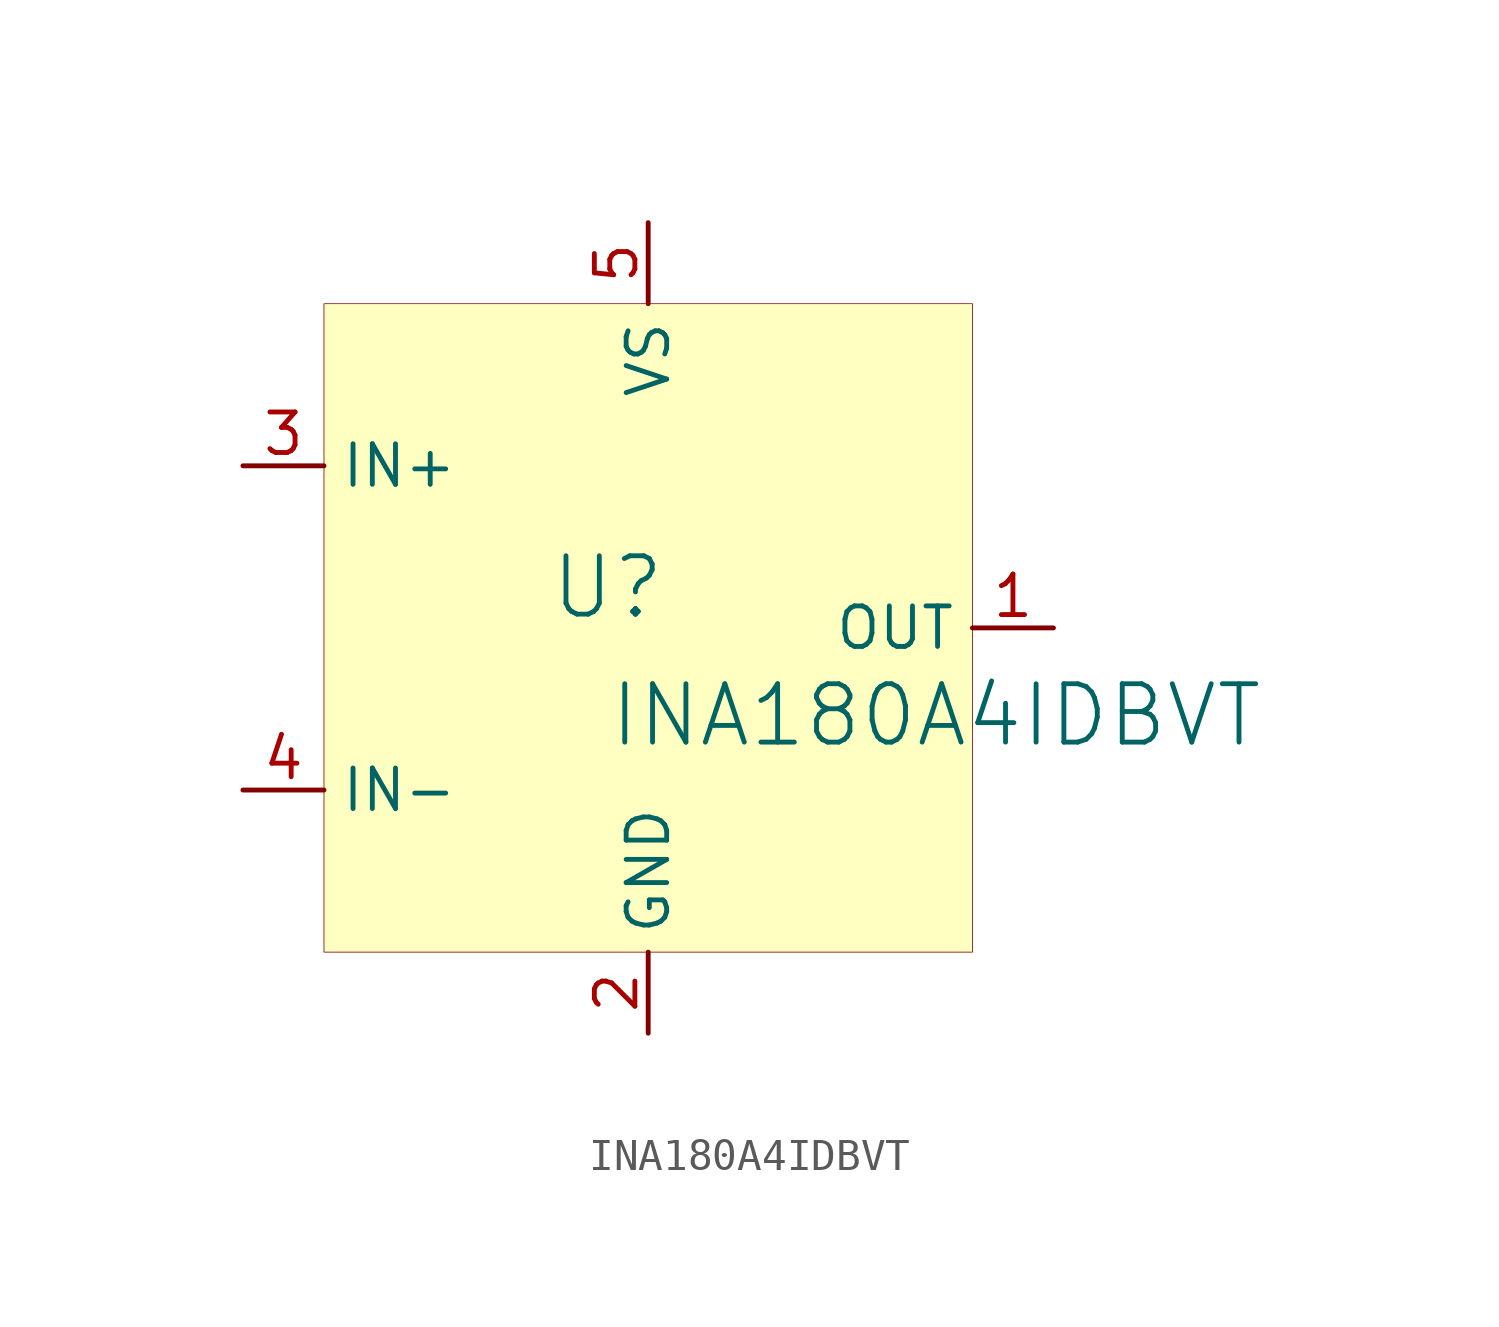
<source format=kicad_sym>
(kicad_symbol_lib
  (version 20231120)
  (generator "kicad_symbol_editor")
  (generator_version "8.0")
  (symbol "INA180A4IDBVT"
    (property "Reference" "U"
      (at -1.27 1.27 0)
      (effects (font (size 1.829 1.829))))
    (property "Value" "INA180A4IDBVT"
      (at -1.27 -3.81 0)
      (effects (font (size 1.829 1.829)) (justify left bottom)))
    (symbol "INA180A4IDBVT_1_0"
      (rectangle (start 10.16 10.16) (end -10.16 -10.16) (stroke (width 0.025) (type solid) (color 128 0 0 1)) (fill (type background)))
      (pin passive line (at 12.7 0 180) (length 2.54) (name "OUT" (effects (font (size 1.27 1.27)))) (number "1" (effects (font (size 1.27 1.27)))))
      (pin passive line (at 0 -12.7 90) (length 2.54) (name "GND" (effects (font (size 1.27 1.27)))) (number "2" (effects (font (size 1.27 1.27)))))
      (pin passive line (at -12.7 5.08 0) (length 2.54) (name "IN+" (effects (font (size 1.27 1.27)))) (number "3" (effects (font (size 1.27 1.27)))))
      (pin passive line (at -12.7 -5.08 0) (length 2.54) (name "IN-" (effects (font (size 1.27 1.27)))) (number "4" (effects (font (size 1.27 1.27)))))
      (pin passive line (at 0 12.7 270) (length 2.54) (name "VS" (effects (font (size 1.27 1.27)))) (number "5" (effects (font (size 1.27 1.27))))))))
</source>
